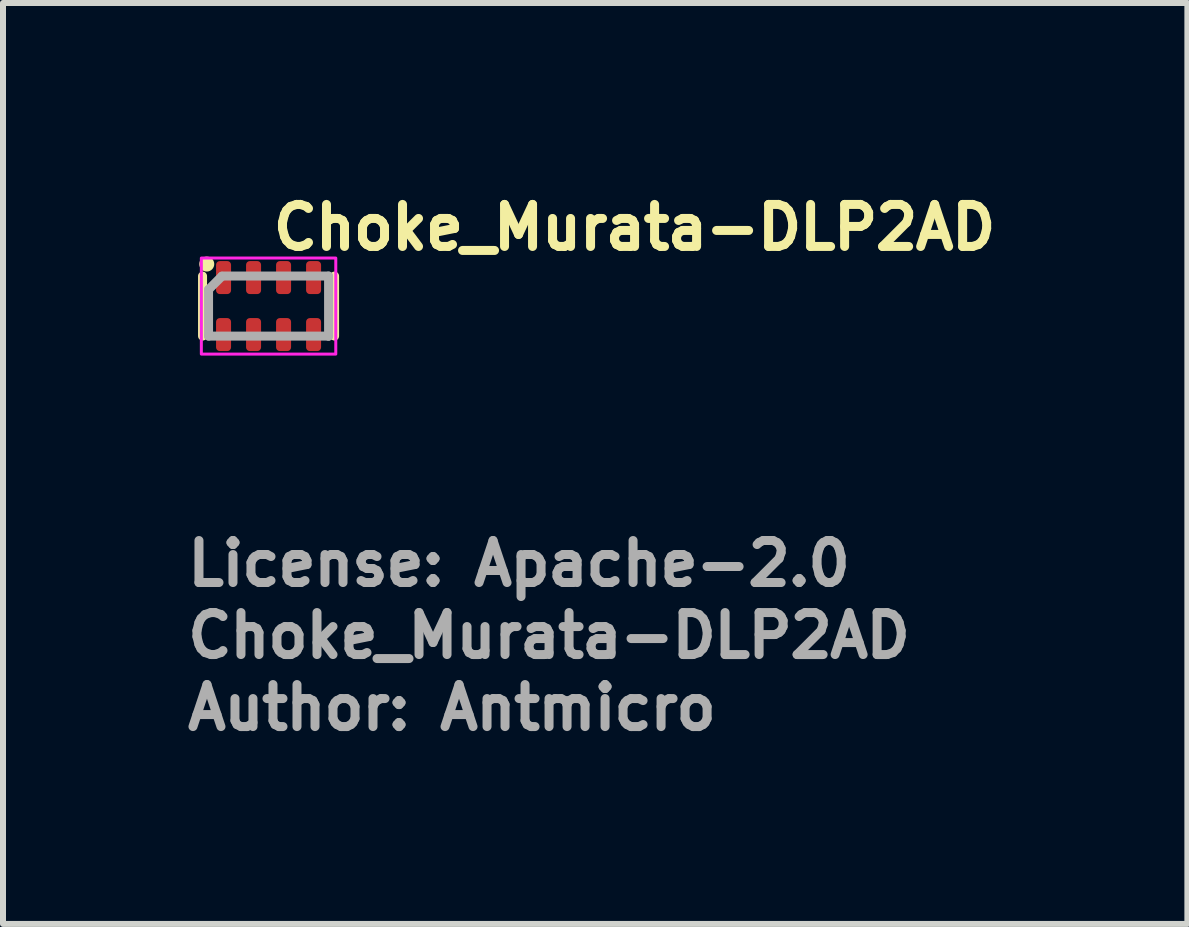
<source format=kicad_pcb>
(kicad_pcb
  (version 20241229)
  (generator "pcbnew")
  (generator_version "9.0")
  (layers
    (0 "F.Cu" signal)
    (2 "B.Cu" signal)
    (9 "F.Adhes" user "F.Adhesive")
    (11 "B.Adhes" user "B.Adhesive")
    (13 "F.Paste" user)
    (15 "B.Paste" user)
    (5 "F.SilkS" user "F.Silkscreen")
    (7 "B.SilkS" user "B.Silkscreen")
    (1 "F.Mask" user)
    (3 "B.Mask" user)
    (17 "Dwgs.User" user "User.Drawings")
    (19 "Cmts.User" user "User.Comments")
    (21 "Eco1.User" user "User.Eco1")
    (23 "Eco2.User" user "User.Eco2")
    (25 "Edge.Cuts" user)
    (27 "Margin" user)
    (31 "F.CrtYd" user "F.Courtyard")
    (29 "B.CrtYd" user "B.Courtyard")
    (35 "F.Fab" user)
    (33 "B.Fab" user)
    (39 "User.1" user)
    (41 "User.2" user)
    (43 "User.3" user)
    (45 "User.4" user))
  (footprint "Choke_Murata-DLP2AD"
    (layer "F.Cu")
    (at 1.425 2.05)
    (property "Reference" "Choke_Murata-DLP2AD" (at 0 -0.9 0) (layer "F.SilkS") (effects (font (size 0.7 0.7) (thickness 0.15)) (justify left bottom)))
    (attr smd)
    (fp_line (start -1.1 -0.5) (end -1.1 0.5) (stroke (width 0.15) (type solid)) (layer "F.SilkS"))
    (fp_line (start 1.1 0.5) (end 1.1 -0.5) (stroke (width 0.15) (type solid)) (layer "F.SilkS"))
    (fp_circle (center -1.03 -0.7) (end -0.98 -0.7) (stroke (width 0.15) (type solid)) (fill yes) (layer "F.SilkS"))
    (fp_rect (start -1.12 -0.8) (end 1.12 0.8) (stroke (width 0.05) (type solid)) (fill no) (layer "F.CrtYd"))
    (fp_line (start -1 -0.275) (end -1 0.5) (stroke (width 0.15) (type default)) (layer "F.Fab"))
    (fp_line (start -1 -0.275) (end -0.778 -0.497) (stroke (width 0.15) (type default)) (layer "F.Fab"))
    (fp_line (start -1 0.5) (end 1 0.5) (stroke (width 0.15) (type default)) (layer "F.Fab"))
    (fp_line (start -0.775 -0.5) (end 1 -0.5) (stroke (width 0.15) (type default)) (layer "F.Fab"))
    (fp_line (start 1 -0.5) (end 1 0.5) (stroke (width 0.15) (type default)) (layer "F.Fab"))
    (fp_line (start 1 0.5) (end 1 0.5) (stroke (width 0.15) (type default)) (layer "F.Fab"))
    (fp_rect (start -1 -0.5) (end 1 0.5) (stroke (width 0.1) (type solid)) (fill no) (layer "User.5"))
    (fp_line (start -1 -0.45) (end -1 -0.45) (stroke (width 0.02) (type solid)) (layer "User.9"))
    (fp_line (start -1 0.45) (end -1 -0.45) (stroke (width 0.02) (type solid)) (layer "User.9"))
    (fp_line (start -1 0.45) (end -1 0.45) (stroke (width 0.02) (type solid)) (layer "User.9"))
    (fp_line (start -0.999 -0.45) (end -1 -0.45) (stroke (width 0.02) (type solid)) (layer "User.9"))
    (fp_line (start -0.999 0.45) (end -1 0.45) (stroke (width 0.02) (type solid)) (layer "User.9"))
    (fp_line (start -0.997 -0.45) (end -0.999 -0.45) (stroke (width 0.02) (type solid)) (layer "User.9"))
    (fp_line (start -0.997 0.45) (end -0.999 0.45) (stroke (width 0.02) (type solid)) (layer "User.9"))
    (fp_line (start -0.996 -0.469) (end -1 -0.45) (stroke (width 0.02) (type solid)) (layer "User.9"))
    (fp_line (start -0.996 0.469) (end -1 0.45) (stroke (width 0.02) (type solid)) (layer "User.9"))
    (fp_line (start -0.995 -0.45) (end -0.997 -0.45) (stroke (width 0.02) (type solid)) (layer "User.9"))
    (fp_line (start -0.995 0.45) (end -0.997 0.45) (stroke (width 0.02) (type solid)) (layer "User.9"))
    (fp_line (start -0.992 -0.45) (end -0.995 -0.45) (stroke (width 0.02) (type solid)) (layer "User.9"))
    (fp_line (start -0.992 0.45) (end -0.995 0.45) (stroke (width 0.02) (type solid)) (layer "User.9"))
    (fp_line (start -0.989 -0.45) (end -0.992 -0.45) (stroke (width 0.02) (type solid)) (layer "User.9"))
    (fp_line (start -0.989 0.45) (end -0.992 0.45) (stroke (width 0.02) (type solid)) (layer "User.9"))
    (fp_line (start -0.985 -0.485) (end -0.996 -0.469) (stroke (width 0.02) (type solid)) (layer "User.9"))
    (fp_line (start -0.985 -0.45) (end -0.989 -0.45) (stroke (width 0.02) (type solid)) (layer "User.9"))
    (fp_line (start -0.985 0.45) (end -0.989 0.45) (stroke (width 0.02) (type solid)) (layer "User.9"))
    (fp_line (start -0.985 0.485) (end -0.996 0.469) (stroke (width 0.02) (type solid)) (layer "User.9"))
    (fp_line (start -0.981 -0.45) (end -0.985 -0.45) (stroke (width 0.02) (type solid)) (layer "User.9"))
    (fp_line (start -0.981 0.45) (end -0.985 0.45) (stroke (width 0.02) (type solid)) (layer "User.9"))
    (fp_line (start -0.977 -0.45) (end -0.981 -0.45) (stroke (width 0.02) (type solid)) (layer "User.9"))
    (fp_line (start -0.977 0.45) (end -0.981 0.45) (stroke (width 0.02) (type solid)) (layer "User.9"))
    (fp_line (start -0.972 -0.45) (end -0.977 -0.45) (stroke (width 0.02) (type solid)) (layer "User.9"))
    (fp_line (start -0.972 0.45) (end -0.977 0.45) (stroke (width 0.02) (type solid)) (layer "User.9"))
    (fp_line (start -0.969 -0.496) (end -0.985 -0.485) (stroke (width 0.02) (type solid)) (layer "User.9"))
    (fp_line (start -0.969 0.496) (end -0.985 0.485) (stroke (width 0.02) (type solid)) (layer "User.9"))
    (fp_line (start -0.967 -0.45) (end -0.972 -0.45) (stroke (width 0.02) (type solid)) (layer "User.9"))
    (fp_line (start -0.967 0.45) (end -0.972 0.45) (stroke (width 0.02) (type solid)) (layer "User.9"))
    (fp_line (start -0.961 -0.45) (end -0.967 -0.45) (stroke (width 0.02) (type solid)) (layer "User.9"))
    (fp_line (start -0.961 0.45) (end -0.967 0.45) (stroke (width 0.02) (type solid)) (layer "User.9"))
    (fp_line (start -0.956 -0.45) (end -0.961 -0.45) (stroke (width 0.02) (type solid)) (layer "User.9"))
    (fp_line (start -0.956 0.45) (end -0.961 0.45) (stroke (width 0.02) (type solid)) (layer "User.9"))
    (fp_line (start -0.95 -0.5) (end -0.969 -0.496) (stroke (width 0.02) (type solid)) (layer "User.9"))
    (fp_line (start -0.95 -0.5) (end -0.95 -0.5) (stroke (width 0.02) (type solid)) (layer "User.9"))
    (fp_line (start -0.95 -0.5) (end -0.875 -0.5) (stroke (width 0.02) (type solid)) (layer "User.9"))
    (fp_line (start -0.95 -0.499) (end -0.95 -0.5) (stroke (width 0.02) (type solid)) (layer "User.9"))
    (fp_line (start -0.95 -0.497) (end -0.95 -0.499) (stroke (width 0.02) (type solid)) (layer "User.9"))
    (fp_line (start -0.95 -0.495) (end -0.95 -0.497) (stroke (width 0.02) (type solid)) (layer "User.9"))
    (fp_line (start -0.95 -0.492) (end -0.95 -0.495) (stroke (width 0.02) (type solid)) (layer "User.9"))
    (fp_line (start -0.95 -0.489) (end -0.95 -0.492) (stroke (width 0.02) (type solid)) (layer "User.9"))
    (fp_line (start -0.95 -0.485) (end -0.95 -0.489) (stroke (width 0.02) (type solid)) (layer "User.9"))
    (fp_line (start -0.95 -0.481) (end -0.95 -0.485) (stroke (width 0.02) (type solid)) (layer "User.9"))
    (fp_line (start -0.95 -0.477) (end -0.95 -0.481) (stroke (width 0.02) (type solid)) (layer "User.9"))
    (fp_line (start -0.95 -0.472) (end -0.95 -0.477) (stroke (width 0.02) (type solid)) (layer "User.9"))
    (fp_line (start -0.95 -0.467) (end -0.95 -0.472) (stroke (width 0.02) (type solid)) (layer "User.9"))
    (fp_line (start -0.95 -0.461) (end -0.95 -0.467) (stroke (width 0.02) (type solid)) (layer "User.9"))
    (fp_line (start -0.95 -0.456) (end -0.95 -0.461) (stroke (width 0.02) (type solid)) (layer "User.9"))
    (fp_line (start -0.95 -0.45) (end -0.956 -0.45) (stroke (width 0.02) (type solid)) (layer "User.9"))
    (fp_line (start -0.95 -0.45) (end -0.95 -0.456) (stroke (width 0.02) (type solid)) (layer "User.9"))
    (fp_line (start -0.95 -0.45) (end -0.95 0.45) (stroke (width 0.02) (type solid)) (layer "User.9"))
    (fp_line (start -0.95 0.45) (end -0.956 0.45) (stroke (width 0.02) (type solid)) (layer "User.9"))
    (fp_line (start -0.95 0.45) (end -0.875 0.45) (stroke (width 0.02) (type solid)) (layer "User.9"))
    (fp_line (start -0.95 0.456) (end -0.95 0.45) (stroke (width 0.02) (type solid)) (layer "User.9"))
    (fp_line (start -0.95 0.461) (end -0.95 0.456) (stroke (width 0.02) (type solid)) (layer "User.9"))
    (fp_line (start -0.95 0.467) (end -0.95 0.461) (stroke (width 0.02) (type solid)) (layer "User.9"))
    (fp_line (start -0.95 0.472) (end -0.95 0.467) (stroke (width 0.02) (type solid)) (layer "User.9"))
    (fp_line (start -0.95 0.477) (end -0.95 0.472) (stroke (width 0.02) (type solid)) (layer "User.9"))
    (fp_line (start -0.95 0.481) (end -0.95 0.477) (stroke (width 0.02) (type solid)) (layer "User.9"))
    (fp_line (start -0.95 0.485) (end -0.95 0.481) (stroke (width 0.02) (type solid)) (layer "User.9"))
    (fp_line (start -0.95 0.489) (end -0.95 0.485) (stroke (width 0.02) (type solid)) (layer "User.9"))
    (fp_line (start -0.95 0.492) (end -0.95 0.489) (stroke (width 0.02) (type solid)) (layer "User.9"))
    (fp_line (start -0.95 0.495) (end -0.95 0.492) (stroke (width 0.02) (type solid)) (layer "User.9"))
    (fp_line (start -0.95 0.497) (end -0.95 0.495) (stroke (width 0.02) (type solid)) (layer "User.9"))
    (fp_line (start -0.95 0.499) (end -0.95 0.497) (stroke (width 0.02) (type solid)) (layer "User.9"))
    (fp_line (start -0.95 0.5) (end -0.969 0.496) (stroke (width 0.02) (type solid)) (layer "User.9"))
    (fp_line (start -0.95 0.5) (end -0.95 0.499) (stroke (width 0.02) (type solid)) (layer "User.9"))
    (fp_line (start -0.95 0.5) (end -0.95 0.5) (stroke (width 0.02) (type solid)) (layer "User.9"))
    (fp_line (start -0.95 0.5) (end -0.875 0.5) (stroke (width 0.02) (type solid)) (layer "User.9"))
    (fp_line (start -0.875 -0.5) (end -0.875 -0.5) (stroke (width 0.02) (type solid)) (layer "User.9"))
    (fp_line (start -0.875 -0.5) (end -0.875 -0.5) (stroke (width 0.02) (type solid)) (layer "User.9"))
    (fp_line (start -0.875 -0.5) (end -0.875 -0.499) (stroke (width 0.02) (type solid)) (layer "User.9"))
    (fp_line (start -0.875 -0.5) (end -0.875 -0.499) (stroke (width 0.02) (type solid)) (layer "User.9"))
    (fp_line (start -0.875 -0.5) (end -0.625 -0.5) (stroke (width 0.02) (type solid)) (layer "User.9"))
    (fp_line (start -0.875 -0.499) (end -0.875 -0.497) (stroke (width 0.02) (type solid)) (layer "User.9"))
    (fp_line (start -0.875 -0.499) (end -0.875 -0.497) (stroke (width 0.02) (type solid)) (layer "User.9"))
    (fp_line (start -0.875 -0.497) (end -0.875 -0.495) (stroke (width 0.02) (type solid)) (layer "User.9"))
    (fp_line (start -0.875 -0.497) (end -0.875 -0.495) (stroke (width 0.02) (type solid)) (layer "User.9"))
    (fp_line (start -0.875 -0.495) (end -0.875 -0.492) (stroke (width 0.02) (type solid)) (layer "User.9"))
    (fp_line (start -0.875 -0.495) (end -0.875 -0.492) (stroke (width 0.02) (type solid)) (layer "User.9"))
    (fp_line (start -0.875 -0.492) (end -0.875 -0.489) (stroke (width 0.02) (type solid)) (layer "User.9"))
    (fp_line (start -0.875 -0.492) (end -0.875 -0.489) (stroke (width 0.02) (type solid)) (layer "User.9"))
    (fp_line (start -0.875 -0.489) (end -0.875 -0.485) (stroke (width 0.02) (type solid)) (layer "User.9"))
    (fp_line (start -0.875 -0.489) (end -0.875 -0.485) (stroke (width 0.02) (type solid)) (layer "User.9"))
    (fp_line (start -0.875 -0.485) (end -0.875 -0.481) (stroke (width 0.02) (type solid)) (layer "User.9"))
    (fp_line (start -0.875 -0.485) (end -0.875 -0.481) (stroke (width 0.02) (type solid)) (layer "User.9"))
    (fp_line (start -0.875 -0.481) (end -0.875 -0.477) (stroke (width 0.02) (type solid)) (layer "User.9"))
    (fp_line (start -0.875 -0.481) (end -0.875 -0.477) (stroke (width 0.02) (type solid)) (layer "User.9"))
    (fp_line (start -0.875 -0.477) (end -0.875 -0.472) (stroke (width 0.02) (type solid)) (layer "User.9"))
    (fp_line (start -0.875 -0.477) (end -0.875 -0.472) (stroke (width 0.02) (type solid)) (layer "User.9"))
    (fp_line (start -0.875 -0.472) (end -0.875 -0.467) (stroke (width 0.02) (type solid)) (layer "User.9"))
    (fp_line (start -0.875 -0.472) (end -0.875 -0.467) (stroke (width 0.02) (type solid)) (layer "User.9"))
    (fp_line (start -0.875 -0.467) (end -0.875 -0.461) (stroke (width 0.02) (type solid)) (layer "User.9"))
    (fp_line (start -0.875 -0.467) (end -0.875 -0.461) (stroke (width 0.02) (type solid)) (layer "User.9"))
    (fp_line (start -0.875 -0.461) (end -0.875 -0.456) (stroke (width 0.02) (type solid)) (layer "User.9"))
    (fp_line (start -0.875 -0.461) (end -0.875 -0.456) (stroke (width 0.02) (type solid)) (layer "User.9"))
    (fp_line (start -0.875 -0.456) (end -0.875 -0.45) (stroke (width 0.02) (type solid)) (layer "User.9"))
    (fp_line (start -0.875 -0.456) (end -0.875 -0.45) (stroke (width 0.02) (type solid)) (layer "User.9"))
    (fp_line (start -0.875 -0.45) (end -0.95 -0.45) (stroke (width 0.02) (type solid)) (layer "User.9"))
    (fp_line (start -0.875 -0.45) (end -0.875 -0.25) (stroke (width 0.02) (type solid)) (layer "User.9"))
    (fp_line (start -0.875 -0.45) (end -0.875 -0.25) (stroke (width 0.02) (type solid)) (layer "User.9"))
    (fp_line (start -0.875 -0.25) (end -0.625 -0.25) (stroke (width 0.02) (type solid)) (layer "User.9"))
    (fp_line (start -0.875 -0.25) (end -0.625 -0.25) (stroke (width 0.02) (type solid)) (layer "User.9"))
    (fp_line (start -0.875 0.25) (end -0.875 0.45) (stroke (width 0.02) (type solid)) (layer "User.9"))
    (fp_line (start -0.875 0.25) (end -0.875 0.45) (stroke (width 0.02) (type solid)) (layer "User.9"))
    (fp_line (start -0.875 0.45) (end -0.875 0.456) (stroke (width 0.02) (type solid)) (layer "User.9"))
    (fp_line (start -0.875 0.45) (end -0.875 0.456) (stroke (width 0.02) (type solid)) (layer "User.9"))
    (fp_line (start -0.875 0.45) (end -0.625 0.45) (stroke (width 0.02) (type solid)) (layer "User.9"))
    (fp_line (start -0.875 0.456) (end -0.875 0.461) (stroke (width 0.02) (type solid)) (layer "User.9"))
    (fp_line (start -0.875 0.456) (end -0.875 0.461) (stroke (width 0.02) (type solid)) (layer "User.9"))
    (fp_line (start -0.875 0.461) (end -0.875 0.467) (stroke (width 0.02) (type solid)) (layer "User.9"))
    (fp_line (start -0.875 0.461) (end -0.875 0.467) (stroke (width 0.02) (type solid)) (layer "User.9"))
    (fp_line (start -0.875 0.467) (end -0.875 0.472) (stroke (width 0.02) (type solid)) (layer "User.9"))
    (fp_line (start -0.875 0.467) (end -0.875 0.472) (stroke (width 0.02) (type solid)) (layer "User.9"))
    (fp_line (start -0.875 0.472) (end -0.875 0.477) (stroke (width 0.02) (type solid)) (layer "User.9"))
    (fp_line (start -0.875 0.472) (end -0.875 0.477) (stroke (width 0.02) (type solid)) (layer "User.9"))
    (fp_line (start -0.875 0.477) (end -0.875 0.481) (stroke (width 0.02) (type solid)) (layer "User.9"))
    (fp_line (start -0.875 0.477) (end -0.875 0.481) (stroke (width 0.02) (type solid)) (layer "User.9"))
    (fp_line (start -0.875 0.481) (end -0.875 0.485) (stroke (width 0.02) (type solid)) (layer "User.9"))
    (fp_line (start -0.875 0.481) (end -0.875 0.485) (stroke (width 0.02) (type solid)) (layer "User.9"))
    (fp_line (start -0.875 0.485) (end -0.875 0.489) (stroke (width 0.02) (type solid)) (layer "User.9"))
    (fp_line (start -0.875 0.485) (end -0.875 0.489) (stroke (width 0.02) (type solid)) (layer "User.9"))
    (fp_line (start -0.875 0.489) (end -0.875 0.492) (stroke (width 0.02) (type solid)) (layer "User.9"))
    (fp_line (start -0.875 0.489) (end -0.875 0.492) (stroke (width 0.02) (type solid)) (layer "User.9"))
    (fp_line (start -0.875 0.492) (end -0.875 0.495) (stroke (width 0.02) (type solid)) (layer "User.9"))
    (fp_line (start -0.875 0.492) (end -0.875 0.495) (stroke (width 0.02) (type solid)) (layer "User.9"))
    (fp_line (start -0.875 0.495) (end -0.875 0.497) (stroke (width 0.02) (type solid)) (layer "User.9"))
    (fp_line (start -0.875 0.495) (end -0.875 0.497) (stroke (width 0.02) (type solid)) (layer "User.9"))
    (fp_line (start -0.875 0.497) (end -0.875 0.499) (stroke (width 0.02) (type solid)) (layer "User.9"))
    (fp_line (start -0.875 0.497) (end -0.875 0.499) (stroke (width 0.02) (type solid)) (layer "User.9"))
    (fp_line (start -0.875 0.499) (end -0.875 0.5) (stroke (width 0.02) (type solid)) (layer "User.9"))
    (fp_line (start -0.875 0.499) (end -0.875 0.5) (stroke (width 0.02) (type solid)) (layer "User.9"))
    (fp_line (start -0.875 0.5) (end -0.95 0.5) (stroke (width 0.02) (type solid)) (layer "User.9"))
    (fp_line (start -0.875 0.5) (end -0.875 0.5) (stroke (width 0.02) (type solid)) (layer "User.9"))
    (fp_line (start -0.875 0.5) (end -0.875 0.5) (stroke (width 0.02) (type solid)) (layer "User.9"))
    (fp_line (start -0.875 0.5) (end -0.625 0.5) (stroke (width 0.02) (type solid)) (layer "User.9"))
    (fp_line (start -0.625 -0.5) (end -0.625 -0.5) (stroke (width 0.02) (type solid)) (layer "User.9"))
    (fp_line (start -0.625 -0.5) (end -0.625 -0.5) (stroke (width 0.02) (type solid)) (layer "User.9"))
    (fp_line (start -0.625 -0.5) (end -0.375 -0.5) (stroke (width 0.02) (type solid)) (layer "User.9"))
    (fp_line (start -0.625 -0.499) (end -0.625 -0.5) (stroke (width 0.02) (type solid)) (layer "User.9"))
    (fp_line (start -0.625 -0.499) (end -0.625 -0.5) (stroke (width 0.02) (type solid)) (layer "User.9"))
    (fp_line (start -0.625 -0.497) (end -0.625 -0.499) (stroke (width 0.02) (type solid)) (layer "User.9"))
    (fp_line (start -0.625 -0.497) (end -0.625 -0.499) (stroke (width 0.02) (type solid)) (layer "User.9"))
    (fp_line (start -0.625 -0.495) (end -0.625 -0.497) (stroke (width 0.02) (type solid)) (layer "User.9"))
    (fp_line (start -0.625 -0.495) (end -0.625 -0.497) (stroke (width 0.02) (type solid)) (layer "User.9"))
    (fp_line (start -0.625 -0.492) (end -0.625 -0.495) (stroke (width 0.02) (type solid)) (layer "User.9"))
    (fp_line (start -0.625 -0.492) (end -0.625 -0.495) (stroke (width 0.02) (type solid)) (layer "User.9"))
    (fp_line (start -0.625 -0.489) (end -0.625 -0.492) (stroke (width 0.02) (type solid)) (layer "User.9"))
    (fp_line (start -0.625 -0.489) (end -0.625 -0.492) (stroke (width 0.02) (type solid)) (layer "User.9"))
    (fp_line (start -0.625 -0.485) (end -0.625 -0.489) (stroke (width 0.02) (type solid)) (layer "User.9"))
    (fp_line (start -0.625 -0.485) (end -0.625 -0.489) (stroke (width 0.02) (type solid)) (layer "User.9"))
    (fp_line (start -0.625 -0.481) (end -0.625 -0.485) (stroke (width 0.02) (type solid)) (layer "User.9"))
    (fp_line (start -0.625 -0.481) (end -0.625 -0.485) (stroke (width 0.02) (type solid)) (layer "User.9"))
    (fp_line (start -0.625 -0.477) (end -0.625 -0.481) (stroke (width 0.02) (type solid)) (layer "User.9"))
    (fp_line (start -0.625 -0.477) (end -0.625 -0.481) (stroke (width 0.02) (type solid)) (layer "User.9"))
    (fp_line (start -0.625 -0.472) (end -0.625 -0.477) (stroke (width 0.02) (type solid)) (layer "User.9"))
    (fp_line (start -0.625 -0.472) (end -0.625 -0.477) (stroke (width 0.02) (type solid)) (layer "User.9"))
    (fp_line (start -0.625 -0.467) (end -0.625 -0.472) (stroke (width 0.02) (type solid)) (layer "User.9"))
    (fp_line (start -0.625 -0.467) (end -0.625 -0.472) (stroke (width 0.02) (type solid)) (layer "User.9"))
    (fp_line (start -0.625 -0.461) (end -0.625 -0.467) (stroke (width 0.02) (type solid)) (layer "User.9"))
    (fp_line (start -0.625 -0.461) (end -0.625 -0.467) (stroke (width 0.02) (type solid)) (layer "User.9"))
    (fp_line (start -0.625 -0.456) (end -0.625 -0.461) (stroke (width 0.02) (type solid)) (layer "User.9"))
    (fp_line (start -0.625 -0.456) (end -0.625 -0.461) (stroke (width 0.02) (type solid)) (layer "User.9"))
    (fp_line (start -0.625 -0.45) (end -0.875 -0.45) (stroke (width 0.02) (type solid)) (layer "User.9"))
    (fp_line (start -0.625 -0.45) (end -0.625 -0.456) (stroke (width 0.02) (type solid)) (layer "User.9"))
    (fp_line (start -0.625 -0.45) (end -0.625 -0.456) (stroke (width 0.02) (type solid)) (layer "User.9"))
    (fp_line (start -0.625 -0.25) (end -0.625 -0.45) (stroke (width 0.02) (type solid)) (layer "User.9"))
    (fp_line (start -0.625 -0.25) (end -0.625 -0.45) (stroke (width 0.02) (type solid)) (layer "User.9"))
    (fp_line (start -0.625 0.25) (end -0.875 0.25) (stroke (width 0.02) (type solid)) (layer "User.9"))
    (fp_line (start -0.625 0.25) (end -0.875 0.25) (stroke (width 0.02) (type solid)) (layer "User.9"))
    (fp_line (start -0.625 0.45) (end -0.625 0.25) (stroke (width 0.02) (type solid)) (layer "User.9"))
    (fp_line (start -0.625 0.45) (end -0.625 0.25) (stroke (width 0.02) (type solid)) (layer "User.9"))
    (fp_line (start -0.625 0.45) (end -0.375 0.45) (stroke (width 0.02) (type solid)) (layer "User.9"))
    (fp_line (start -0.625 0.456) (end -0.625 0.45) (stroke (width 0.02) (type solid)) (layer "User.9"))
    (fp_line (start -0.625 0.456) (end -0.625 0.45) (stroke (width 0.02) (type solid)) (layer "User.9"))
    (fp_line (start -0.625 0.461) (end -0.625 0.456) (stroke (width 0.02) (type solid)) (layer "User.9"))
    (fp_line (start -0.625 0.461) (end -0.625 0.456) (stroke (width 0.02) (type solid)) (layer "User.9"))
    (fp_line (start -0.625 0.467) (end -0.625 0.461) (stroke (width 0.02) (type solid)) (layer "User.9"))
    (fp_line (start -0.625 0.467) (end -0.625 0.461) (stroke (width 0.02) (type solid)) (layer "User.9"))
    (fp_line (start -0.625 0.472) (end -0.625 0.467) (stroke (width 0.02) (type solid)) (layer "User.9"))
    (fp_line (start -0.625 0.472) (end -0.625 0.467) (stroke (width 0.02) (type solid)) (layer "User.9"))
    (fp_line (start -0.625 0.477) (end -0.625 0.472) (stroke (width 0.02) (type solid)) (layer "User.9"))
    (fp_line (start -0.625 0.477) (end -0.625 0.472) (stroke (width 0.02) (type solid)) (layer "User.9"))
    (fp_line (start -0.625 0.481) (end -0.625 0.477) (stroke (width 0.02) (type solid)) (layer "User.9"))
    (fp_line (start -0.625 0.481) (end -0.625 0.477) (stroke (width 0.02) (type solid)) (layer "User.9"))
    (fp_line (start -0.625 0.485) (end -0.625 0.481) (stroke (width 0.02) (type solid)) (layer "User.9"))
    (fp_line (start -0.625 0.485) (end -0.625 0.481) (stroke (width 0.02) (type solid)) (layer "User.9"))
    (fp_line (start -0.625 0.489) (end -0.625 0.485) (stroke (width 0.02) (type solid)) (layer "User.9"))
    (fp_line (start -0.625 0.489) (end -0.625 0.485) (stroke (width 0.02) (type solid)) (layer "User.9"))
    (fp_line (start -0.625 0.492) (end -0.625 0.489) (stroke (width 0.02) (type solid)) (layer "User.9"))
    (fp_line (start -0.625 0.492) (end -0.625 0.489) (stroke (width 0.02) (type solid)) (layer "User.9"))
    (fp_line (start -0.625 0.495) (end -0.625 0.492) (stroke (width 0.02) (type solid)) (layer "User.9"))
    (fp_line (start -0.625 0.495) (end -0.625 0.492) (stroke (width 0.02) (type solid)) (layer "User.9"))
    (fp_line (start -0.625 0.497) (end -0.625 0.495) (stroke (width 0.02) (type solid)) (layer "User.9"))
    (fp_line (start -0.625 0.497) (end -0.625 0.495) (stroke (width 0.02) (type solid)) (layer "User.9"))
    (fp_line (start -0.625 0.499) (end -0.625 0.497) (stroke (width 0.02) (type solid)) (layer "User.9"))
    (fp_line (start -0.625 0.499) (end -0.625 0.497) (stroke (width 0.02) (type solid)) (layer "User.9"))
    (fp_line (start -0.625 0.5) (end -0.875 0.5) (stroke (width 0.02) (type solid)) (layer "User.9"))
    (fp_line (start -0.625 0.5) (end -0.625 0.499) (stroke (width 0.02) (type solid)) (layer "User.9"))
    (fp_line (start -0.625 0.5) (end -0.625 0.499) (stroke (width 0.02) (type solid)) (layer "User.9"))
    (fp_line (start -0.625 0.5) (end -0.625 0.5) (stroke (width 0.02) (type solid)) (layer "User.9"))
    (fp_line (start -0.625 0.5) (end -0.625 0.5) (stroke (width 0.02) (type solid)) (layer "User.9"))
    (fp_line (start -0.625 0.5) (end -0.375 0.5) (stroke (width 0.02) (type solid)) (layer "User.9"))
    (fp_line (start -0.375 -0.5) (end -0.375 -0.5) (stroke (width 0.02) (type solid)) (layer "User.9"))
    (fp_line (start -0.375 -0.5) (end -0.375 -0.5) (stroke (width 0.02) (type solid)) (layer "User.9"))
    (fp_line (start -0.375 -0.5) (end -0.375 -0.499) (stroke (width 0.02) (type solid)) (layer "User.9"))
    (fp_line (start -0.375 -0.5) (end -0.375 -0.499) (stroke (width 0.02) (type solid)) (layer "User.9"))
    (fp_line (start -0.375 -0.5) (end -0.125 -0.5) (stroke (width 0.02) (type solid)) (layer "User.9"))
    (fp_line (start -0.375 -0.499) (end -0.375 -0.497) (stroke (width 0.02) (type solid)) (layer "User.9"))
    (fp_line (start -0.375 -0.499) (end -0.375 -0.497) (stroke (width 0.02) (type solid)) (layer "User.9"))
    (fp_line (start -0.375 -0.497) (end -0.375 -0.495) (stroke (width 0.02) (type solid)) (layer "User.9"))
    (fp_line (start -0.375 -0.497) (end -0.375 -0.495) (stroke (width 0.02) (type solid)) (layer "User.9"))
    (fp_line (start -0.375 -0.495) (end -0.375 -0.492) (stroke (width 0.02) (type solid)) (layer "User.9"))
    (fp_line (start -0.375 -0.495) (end -0.375 -0.492) (stroke (width 0.02) (type solid)) (layer "User.9"))
    (fp_line (start -0.375 -0.492) (end -0.375 -0.489) (stroke (width 0.02) (type solid)) (layer "User.9"))
    (fp_line (start -0.375 -0.492) (end -0.375 -0.489) (stroke (width 0.02) (type solid)) (layer "User.9"))
    (fp_line (start -0.375 -0.489) (end -0.375 -0.485) (stroke (width 0.02) (type solid)) (layer "User.9"))
    (fp_line (start -0.375 -0.489) (end -0.375 -0.485) (stroke (width 0.02) (type solid)) (layer "User.9"))
    (fp_line (start -0.375 -0.485) (end -0.375 -0.481) (stroke (width 0.02) (type solid)) (layer "User.9"))
    (fp_line (start -0.375 -0.485) (end -0.375 -0.481) (stroke (width 0.02) (type solid)) (layer "User.9"))
    (fp_line (start -0.375 -0.481) (end -0.375 -0.477) (stroke (width 0.02) (type solid)) (layer "User.9"))
    (fp_line (start -0.375 -0.481) (end -0.375 -0.477) (stroke (width 0.02) (type solid)) (layer "User.9"))
    (fp_line (start -0.375 -0.477) (end -0.375 -0.472) (stroke (width 0.02) (type solid)) (layer "User.9"))
    (fp_line (start -0.375 -0.477) (end -0.375 -0.472) (stroke (width 0.02) (type solid)) (layer "User.9"))
    (fp_line (start -0.375 -0.472) (end -0.375 -0.467) (stroke (width 0.02) (type solid)) (layer "User.9"))
    (fp_line (start -0.375 -0.472) (end -0.375 -0.467) (stroke (width 0.02) (type solid)) (layer "User.9"))
    (fp_line (start -0.375 -0.467) (end -0.375 -0.461) (stroke (width 0.02) (type solid)) (layer "User.9"))
    (fp_line (start -0.375 -0.467) (end -0.375 -0.461) (stroke (width 0.02) (type solid)) (layer "User.9"))
    (fp_line (start -0.375 -0.461) (end -0.375 -0.456) (stroke (width 0.02) (type solid)) (layer "User.9"))
    (fp_line (start -0.375 -0.461) (end -0.375 -0.456) (stroke (width 0.02) (type solid)) (layer "User.9"))
    (fp_line (start -0.375 -0.456) (end -0.375 -0.45) (stroke (width 0.02) (type solid)) (layer "User.9"))
    (fp_line (start -0.375 -0.456) (end -0.375 -0.45) (stroke (width 0.02) (type solid)) (layer "User.9"))
    (fp_line (start -0.375 -0.45) (end -0.625 -0.45) (stroke (width 0.02) (type solid)) (layer "User.9"))
    (fp_line (start -0.375 -0.45) (end -0.375 -0.25) (stroke (width 0.02) (type solid)) (layer "User.9"))
    (fp_line (start -0.375 -0.45) (end -0.375 -0.25) (stroke (width 0.02) (type solid)) (layer "User.9"))
    (fp_line (start -0.375 -0.25) (end -0.125 -0.25) (stroke (width 0.02) (type solid)) (layer "User.9"))
    (fp_line (start -0.375 -0.25) (end -0.125 -0.25) (stroke (width 0.02) (type solid)) (layer "User.9"))
    (fp_line (start -0.375 0.25) (end -0.375 0.45) (stroke (width 0.02) (type solid)) (layer "User.9"))
    (fp_line (start -0.375 0.25) (end -0.375 0.45) (stroke (width 0.02) (type solid)) (layer "User.9"))
    (fp_line (start -0.375 0.45) (end -0.375 0.456) (stroke (width 0.02) (type solid)) (layer "User.9"))
    (fp_line (start -0.375 0.45) (end -0.375 0.456) (stroke (width 0.02) (type solid)) (layer "User.9"))
    (fp_line (start -0.375 0.45) (end -0.125 0.45) (stroke (width 0.02) (type solid)) (layer "User.9"))
    (fp_line (start -0.375 0.456) (end -0.375 0.461) (stroke (width 0.02) (type solid)) (layer "User.9"))
    (fp_line (start -0.375 0.456) (end -0.375 0.461) (stroke (width 0.02) (type solid)) (layer "User.9"))
    (fp_line (start -0.375 0.461) (end -0.375 0.467) (stroke (width 0.02) (type solid)) (layer "User.9"))
    (fp_line (start -0.375 0.461) (end -0.375 0.467) (stroke (width 0.02) (type solid)) (layer "User.9"))
    (fp_line (start -0.375 0.467) (end -0.375 0.472) (stroke (width 0.02) (type solid)) (layer "User.9"))
    (fp_line (start -0.375 0.467) (end -0.375 0.472) (stroke (width 0.02) (type solid)) (layer "User.9"))
    (fp_line (start -0.375 0.472) (end -0.375 0.477) (stroke (width 0.02) (type solid)) (layer "User.9"))
    (fp_line (start -0.375 0.472) (end -0.375 0.477) (stroke (width 0.02) (type solid)) (layer "User.9"))
    (fp_line (start -0.375 0.477) (end -0.375 0.481) (stroke (width 0.02) (type solid)) (layer "User.9"))
    (fp_line (start -0.375 0.477) (end -0.375 0.481) (stroke (width 0.02) (type solid)) (layer "User.9"))
    (fp_line (start -0.375 0.481) (end -0.375 0.485) (stroke (width 0.02) (type solid)) (layer "User.9"))
    (fp_line (start -0.375 0.481) (end -0.375 0.485) (stroke (width 0.02) (type solid)) (layer "User.9"))
    (fp_line (start -0.375 0.485) (end -0.375 0.489) (stroke (width 0.02) (type solid)) (layer "User.9"))
    (fp_line (start -0.375 0.485) (end -0.375 0.489) (stroke (width 0.02) (type solid)) (layer "User.9"))
    (fp_line (start -0.375 0.489) (end -0.375 0.492) (stroke (width 0.02) (type solid)) (layer "User.9"))
    (fp_line (start -0.375 0.489) (end -0.375 0.492) (stroke (width 0.02) (type solid)) (layer "User.9"))
    (fp_line (start -0.375 0.492) (end -0.375 0.495) (stroke (width 0.02) (type solid)) (layer "User.9"))
    (fp_line (start -0.375 0.492) (end -0.375 0.495) (stroke (width 0.02) (type solid)) (layer "User.9"))
    (fp_line (start -0.375 0.495) (end -0.375 0.497) (stroke (width 0.02) (type solid)) (layer "User.9"))
    (fp_line (start -0.375 0.495) (end -0.375 0.497) (stroke (width 0.02) (type solid)) (layer "User.9"))
    (fp_line (start -0.375 0.497) (end -0.375 0.499) (stroke (width 0.02) (type solid)) (layer "User.9"))
    (fp_line (start -0.375 0.497) (end -0.375 0.499) (stroke (width 0.02) (type solid)) (layer "User.9"))
    (fp_line (start -0.375 0.499) (end -0.375 0.5) (stroke (width 0.02) (type solid)) (layer "User.9"))
    (fp_line (start -0.375 0.499) (end -0.375 0.5) (stroke (width 0.02) (type solid)) (layer "User.9"))
    (fp_line (start -0.375 0.5) (end -0.625 0.5) (stroke (width 0.02) (type solid)) (layer "User.9"))
    (fp_line (start -0.375 0.5) (end -0.375 0.5) (stroke (width 0.02) (type solid)) (layer "User.9"))
    (fp_line (start -0.375 0.5) (end -0.375 0.5) (stroke (width 0.02) (type solid)) (layer "User.9"))
    (fp_line (start -0.375 0.5) (end -0.125 0.5) (stroke (width 0.02) (type solid)) (layer "User.9"))
    (fp_line (start -0.125 -0.5) (end -0.125 -0.5) (stroke (width 0.02) (type solid)) (layer "User.9"))
    (fp_line (start -0.125 -0.5) (end -0.125 -0.5) (stroke (width 0.02) (type solid)) (layer "User.9"))
    (fp_line (start -0.125 -0.5) (end 0.125 -0.5) (stroke (width 0.02) (type solid)) (layer "User.9"))
    (fp_line (start -0.125 -0.499) (end -0.125 -0.5) (stroke (width 0.02) (type solid)) (layer "User.9"))
    (fp_line (start -0.125 -0.499) (end -0.125 -0.5) (stroke (width 0.02) (type solid)) (layer "User.9"))
    (fp_line (start -0.125 -0.497) (end -0.125 -0.499) (stroke (width 0.02) (type solid)) (layer "User.9"))
    (fp_line (start -0.125 -0.497) (end -0.125 -0.499) (stroke (width 0.02) (type solid)) (layer "User.9"))
    (fp_line (start -0.125 -0.495) (end -0.125 -0.497) (stroke (width 0.02) (type solid)) (layer "User.9"))
    (fp_line (start -0.125 -0.495) (end -0.125 -0.497) (stroke (width 0.02) (type solid)) (layer "User.9"))
    (fp_line (start -0.125 -0.492) (end -0.125 -0.495) (stroke (width 0.02) (type solid)) (layer "User.9"))
    (fp_line (start -0.125 -0.492) (end -0.125 -0.495) (stroke (width 0.02) (type solid)) (layer "User.9"))
    (fp_line (start -0.125 -0.489) (end -0.125 -0.492) (stroke (width 0.02) (type solid)) (layer "User.9"))
    (fp_line (start -0.125 -0.489) (end -0.125 -0.492) (stroke (width 0.02) (type solid)) (layer "User.9"))
    (fp_line (start -0.125 -0.485) (end -0.125 -0.489) (stroke (width 0.02) (type solid)) (layer "User.9"))
    (fp_line (start -0.125 -0.485) (end -0.125 -0.489) (stroke (width 0.02) (type solid)) (layer "User.9"))
    (fp_line (start -0.125 -0.481) (end -0.125 -0.485) (stroke (width 0.02) (type solid)) (layer "User.9"))
    (fp_line (start -0.125 -0.481) (end -0.125 -0.485) (stroke (width 0.02) (type solid)) (layer "User.9"))
    (fp_line (start -0.125 -0.477) (end -0.125 -0.481) (stroke (width 0.02) (type solid)) (layer "User.9"))
    (fp_line (start -0.125 -0.477) (end -0.125 -0.481) (stroke (width 0.02) (type solid)) (layer "User.9"))
    (fp_line (start -0.125 -0.472) (end -0.125 -0.477) (stroke (width 0.02) (type solid)) (layer "User.9"))
    (fp_line (start -0.125 -0.472) (end -0.125 -0.477) (stroke (width 0.02) (type solid)) (layer "User.9"))
    (fp_line (start -0.125 -0.467) (end -0.125 -0.472) (stroke (width 0.02) (type solid)) (layer "User.9"))
    (fp_line (start -0.125 -0.467) (end -0.125 -0.472) (stroke (width 0.02) (type solid)) (layer "User.9"))
    (fp_line (start -0.125 -0.461) (end -0.125 -0.467) (stroke (width 0.02) (type solid)) (layer "User.9"))
    (fp_line (start -0.125 -0.461) (end -0.125 -0.467) (stroke (width 0.02) (type solid)) (layer "User.9"))
    (fp_line (start -0.125 -0.456) (end -0.125 -0.461) (stroke (width 0.02) (type solid)) (layer "User.9"))
    (fp_line (start -0.125 -0.456) (end -0.125 -0.461) (stroke (width 0.02) (type solid)) (layer "User.9"))
    (fp_line (start -0.125 -0.45) (end -0.375 -0.45) (stroke (width 0.02) (type solid)) (layer "User.9"))
    (fp_line (start -0.125 -0.45) (end -0.125 -0.456) (stroke (width 0.02) (type solid)) (layer "User.9"))
    (fp_line (start -0.125 -0.45) (end -0.125 -0.456) (stroke (width 0.02) (type solid)) (layer "User.9"))
    (fp_line (start -0.125 -0.25) (end -0.125 -0.45) (stroke (width 0.02) (type solid)) (layer "User.9"))
    (fp_line (start -0.125 -0.25) (end -0.125 -0.45) (stroke (width 0.02) (type solid)) (layer "User.9"))
    (fp_line (start -0.125 0.25) (end -0.375 0.25) (stroke (width 0.02) (type solid)) (layer "User.9"))
    (fp_line (start -0.125 0.25) (end -0.375 0.25) (stroke (width 0.02) (type solid)) (layer "User.9"))
    (fp_line (start -0.125 0.45) (end -0.125 0.25) (stroke (width 0.02) (type solid)) (layer "User.9"))
    (fp_line (start -0.125 0.45) (end -0.125 0.25) (stroke (width 0.02) (type solid)) (layer "User.9"))
    (fp_line (start -0.125 0.45) (end 0.125 0.45) (stroke (width 0.02) (type solid)) (layer "User.9"))
    (fp_line (start -0.125 0.456) (end -0.125 0.45) (stroke (width 0.02) (type solid)) (layer "User.9"))
    (fp_line (start -0.125 0.456) (end -0.125 0.45) (stroke (width 0.02) (type solid)) (layer "User.9"))
    (fp_line (start -0.125 0.461) (end -0.125 0.456) (stroke (width 0.02) (type solid)) (layer "User.9"))
    (fp_line (start -0.125 0.461) (end -0.125 0.456) (stroke (width 0.02) (type solid)) (layer "User.9"))
    (fp_line (start -0.125 0.467) (end -0.125 0.461) (stroke (width 0.02) (type solid)) (layer "User.9"))
    (fp_line (start -0.125 0.467) (end -0.125 0.461) (stroke (width 0.02) (type solid)) (layer "User.9"))
    (fp_line (start -0.125 0.472) (end -0.125 0.467) (stroke (width 0.02) (type solid)) (layer "User.9"))
    (fp_line (start -0.125 0.472) (end -0.125 0.467) (stroke (width 0.02) (type solid)) (layer "User.9"))
    (fp_line (start -0.125 0.477) (end -0.125 0.472) (stroke (width 0.02) (type solid)) (layer "User.9"))
    (fp_line (start -0.125 0.477) (end -0.125 0.472) (stroke (width 0.02) (type solid)) (layer "User.9"))
    (fp_line (start -0.125 0.481) (end -0.125 0.477) (stroke (width 0.02) (type solid)) (layer "User.9"))
    (fp_line (start -0.125 0.481) (end -0.125 0.477) (stroke (width 0.02) (type solid)) (layer "User.9"))
    (fp_line (start -0.125 0.485) (end -0.125 0.481) (stroke (width 0.02) (type solid)) (layer "User.9"))
    (fp_line (start -0.125 0.485) (end -0.125 0.481) (stroke (width 0.02) (type solid)) (layer "User.9"))
    (fp_line (start -0.125 0.489) (end -0.125 0.485) (stroke (width 0.02) (type solid)) (layer "User.9"))
    (fp_line (start -0.125 0.489) (end -0.125 0.485) (stroke (width 0.02) (type solid)) (layer "User.9"))
    (fp_line (start -0.125 0.492) (end -0.125 0.489) (stroke (width 0.02) (type solid)) (layer "User.9"))
    (fp_line (start -0.125 0.492) (end -0.125 0.489) (stroke (width 0.02) (type solid)) (layer "User.9"))
    (fp_line (start -0.125 0.495) (end -0.125 0.492) (stroke (width 0.02) (type solid)) (layer "User.9"))
    (fp_line (start -0.125 0.495) (end -0.125 0.492) (stroke (width 0.02) (type solid)) (layer "User.9"))
    (fp_line (start -0.125 0.497) (end -0.125 0.495) (stroke (width 0.02) (type solid)) (layer "User.9"))
    (fp_line (start -0.125 0.497) (end -0.125 0.495) (stroke (width 0.02) (type solid)) (layer "User.9"))
    (fp_line (start -0.125 0.499) (end -0.125 0.497) (stroke (width 0.02) (type solid)) (layer "User.9"))
    (fp_line (start -0.125 0.499) (end -0.125 0.497) (stroke (width 0.02) (type solid)) (layer "User.9"))
    (fp_line (start -0.125 0.5) (end -0.375 0.5) (stroke (width 0.02) (type solid)) (layer "User.9"))
    (fp_line (start -0.125 0.5) (end -0.125 0.499) (stroke (width 0.02) (type solid)) (layer "User.9"))
    (fp_line (start -0.125 0.5) (end -0.125 0.499) (stroke (width 0.02) (type solid)) (layer "User.9"))
    (fp_line (start -0.125 0.5) (end -0.125 0.5) (stroke (width 0.02) (type solid)) (layer "User.9"))
    (fp_line (start -0.125 0.5) (end -0.125 0.5) (stroke (width 0.02) (type solid)) (layer "User.9"))
    (fp_line (start 0.125 -0.5) (end 0.125 -0.5) (stroke (width 0.02) (type solid)) (layer "User.9"))
    (fp_line (start 0.125 -0.5) (end 0.125 -0.5) (stroke (width 0.02) (type solid)) (layer "User.9"))
    (fp_line (start 0.125 -0.5) (end 0.125 -0.499) (stroke (width 0.02) (type solid)) (layer "User.9"))
    (fp_line (start 0.125 -0.5) (end 0.125 -0.499) (stroke (width 0.02) (type solid)) (layer "User.9"))
    (fp_line (start 0.125 -0.5) (end 0.375 -0.5) (stroke (width 0.02) (type solid)) (layer "User.9"))
    (fp_line (start 0.125 -0.499) (end 0.125 -0.497) (stroke (width 0.02) (type solid)) (layer "User.9"))
    (fp_line (start 0.125 -0.499) (end 0.125 -0.497) (stroke (width 0.02) (type solid)) (layer "User.9"))
    (fp_line (start 0.125 -0.497) (end 0.125 -0.495) (stroke (width 0.02) (type solid)) (layer "User.9"))
    (fp_line (start 0.125 -0.497) (end 0.125 -0.495) (stroke (width 0.02) (type solid)) (layer "User.9"))
    (fp_line (start 0.125 -0.495) (end 0.125 -0.492) (stroke (width 0.02) (type solid)) (layer "User.9"))
    (fp_line (start 0.125 -0.495) (end 0.125 -0.492) (stroke (width 0.02) (type solid)) (layer "User.9"))
    (fp_line (start 0.125 -0.492) (end 0.125 -0.489) (stroke (width 0.02) (type solid)) (layer "User.9"))
    (fp_line (start 0.125 -0.492) (end 0.125 -0.489) (stroke (width 0.02) (type solid)) (layer "User.9"))
    (fp_line (start 0.125 -0.489) (end 0.125 -0.485) (stroke (width 0.02) (type solid)) (layer "User.9"))
    (fp_line (start 0.125 -0.489) (end 0.125 -0.485) (stroke (width 0.02) (type solid)) (layer "User.9"))
    (fp_line (start 0.125 -0.485) (end 0.125 -0.481) (stroke (width 0.02) (type solid)) (layer "User.9"))
    (fp_line (start 0.125 -0.485) (end 0.125 -0.481) (stroke (width 0.02) (type solid)) (layer "User.9"))
    (fp_line (start 0.125 -0.481) (end 0.125 -0.477) (stroke (width 0.02) (type solid)) (layer "User.9"))
    (fp_line (start 0.125 -0.481) (end 0.125 -0.477) (stroke (width 0.02) (type solid)) (layer "User.9"))
    (fp_line (start 0.125 -0.477) (end 0.125 -0.472) (stroke (width 0.02) (type solid)) (layer "User.9"))
    (fp_line (start 0.125 -0.477) (end 0.125 -0.472) (stroke (width 0.02) (type solid)) (layer "User.9"))
    (fp_line (start 0.125 -0.472) (end 0.125 -0.467) (stroke (width 0.02) (type solid)) (layer "User.9"))
    (fp_line (start 0.125 -0.472) (end 0.125 -0.467) (stroke (width 0.02) (type solid)) (layer "User.9"))
    (fp_line (start 0.125 -0.467) (end 0.125 -0.461) (stroke (width 0.02) (type solid)) (layer "User.9"))
    (fp_line (start 0.125 -0.467) (end 0.125 -0.461) (stroke (width 0.02) (type solid)) (layer "User.9"))
    (fp_line (start 0.125 -0.461) (end 0.125 -0.456) (stroke (width 0.02) (type solid)) (layer "User.9"))
    (fp_line (start 0.125 -0.461) (end 0.125 -0.456) (stroke (width 0.02) (type solid)) (layer "User.9"))
    (fp_line (start 0.125 -0.456) (end 0.125 -0.45) (stroke (width 0.02) (type solid)) (layer "User.9"))
    (fp_line (start 0.125 -0.456) (end 0.125 -0.45) (stroke (width 0.02) (type solid)) (layer "User.9"))
    (fp_line (start 0.125 -0.45) (end -0.125 -0.45) (stroke (width 0.02) (type solid)) (layer "User.9"))
    (fp_line (start 0.125 -0.45) (end 0.125 -0.25) (stroke (width 0.02) (type solid)) (layer "User.9"))
    (fp_line (start 0.125 -0.45) (end 0.125 -0.25) (stroke (width 0.02) (type solid)) (layer "User.9"))
    (fp_line (start 0.125 -0.25) (end 0.375 -0.25) (stroke (width 0.02) (type solid)) (layer "User.9"))
    (fp_line (start 0.125 -0.25) (end 0.375 -0.25) (stroke (width 0.02) (type solid)) (layer "User.9"))
    (fp_line (start 0.125 0.25) (end 0.125 0.45) (stroke (width 0.02) (type solid)) (layer "User.9"))
    (fp_line (start 0.125 0.25) (end 0.125 0.45) (stroke (width 0.02) (type solid)) (layer "User.9"))
    (fp_line (start 0.125 0.45) (end 0.125 0.456) (stroke (width 0.02) (type solid)) (layer "User.9"))
    (fp_line (start 0.125 0.45) (end 0.125 0.456) (stroke (width 0.02) (type solid)) (layer "User.9"))
    (fp_line (start 0.125 0.45) (end 0.375 0.45) (stroke (width 0.02) (type solid)) (layer "User.9"))
    (fp_line (start 0.125 0.456) (end 0.125 0.461) (stroke (width 0.02) (type solid)) (layer "User.9"))
    (fp_line (start 0.125 0.456) (end 0.125 0.461) (stroke (width 0.02) (type solid)) (layer "User.9"))
    (fp_line (start 0.125 0.461) (end 0.125 0.467) (stroke (width 0.02) (type solid)) (layer "User.9"))
    (fp_line (start 0.125 0.461) (end 0.125 0.467) (stroke (width 0.02) (type solid)) (layer "User.9"))
    (fp_line (start 0.125 0.467) (end 0.125 0.472) (stroke (width 0.02) (type solid)) (layer "User.9"))
    (fp_line (start 0.125 0.467) (end 0.125 0.472) (stroke (width 0.02) (type solid)) (layer "User.9"))
    (fp_line (start 0.125 0.472) (end 0.125 0.477) (stroke (width 0.02) (type solid)) (layer "User.9"))
    (fp_line (start 0.125 0.472) (end 0.125 0.477) (stroke (width 0.02) (type solid)) (layer "User.9"))
    (fp_line (start 0.125 0.477) (end 0.125 0.481) (stroke (width 0.02) (type solid)) (layer "User.9"))
    (fp_line (start 0.125 0.477) (end 0.125 0.481) (stroke (width 0.02) (type solid)) (layer "User.9"))
    (fp_line (start 0.125 0.481) (end 0.125 0.485) (stroke (width 0.02) (type solid)) (layer "User.9"))
    (fp_line (start 0.125 0.481) (end 0.125 0.485) (stroke (width 0.02) (type solid)) (layer "User.9"))
    (fp_line (start 0.125 0.485) (end 0.125 0.489) (stroke (width 0.02) (type solid)) (layer "User.9"))
    (fp_line (start 0.125 0.485) (end 0.125 0.489) (stroke (width 0.02) (type solid)) (layer "User.9"))
    (fp_line (start 0.125 0.489) (end 0.125 0.492) (stroke (width 0.02) (type solid)) (layer "User.9"))
    (fp_line (start 0.125 0.489) (end 0.125 0.492) (stroke (width 0.02) (type solid)) (layer "User.9"))
    (fp_line (start 0.125 0.492) (end 0.125 0.495) (stroke (width 0.02) (type solid)) (layer "User.9"))
    (fp_line (start 0.125 0.492) (end 0.125 0.495) (stroke (width 0.02) (type solid)) (layer "User.9"))
    (fp_line (start 0.125 0.495) (end 0.125 0.497) (stroke (width 0.02) (type solid)) (layer "User.9"))
    (fp_line (start 0.125 0.495) (end 0.125 0.497) (stroke (width 0.02) (type solid)) (layer "User.9"))
    (fp_line (start 0.125 0.497) (end 0.125 0.499) (stroke (width 0.02) (type solid)) (layer "User.9"))
    (fp_line (start 0.125 0.497) (end 0.125 0.499) (stroke (width 0.02) (type solid)) (layer "User.9"))
    (fp_line (start 0.125 0.499) (end 0.125 0.5) (stroke (width 0.02) (type solid)) (layer "User.9"))
    (fp_line (start 0.125 0.499) (end 0.125 0.5) (stroke (width 0.02) (type solid)) (layer "User.9"))
    (fp_line (start 0.125 0.5) (end -0.125 0.5) (stroke (width 0.02) (type solid)) (layer "User.9"))
    (fp_line (start 0.125 0.5) (end 0.125 0.5) (stroke (width 0.02) (type solid)) (layer "User.9"))
    (fp_line (start 0.125 0.5) (end 0.125 0.5) (stroke (width 0.02) (type solid)) (layer "User.9"))
    (fp_line (start 0.375 -0.5) (end 0.375 -0.5) (stroke (width 0.02) (type solid)) (layer "User.9"))
    (fp_line (start 0.375 -0.5) (end 0.375 -0.5) (stroke (width 0.02) (type solid)) (layer "User.9"))
    (fp_line (start 0.375 -0.5) (end 0.625 -0.5) (stroke (width 0.02) (type solid)) (layer "User.9"))
    (fp_line (start 0.375 -0.499) (end 0.375 -0.5) (stroke (width 0.02) (type solid)) (layer "User.9"))
    (fp_line (start 0.375 -0.499) (end 0.375 -0.5) (stroke (width 0.02) (type solid)) (layer "User.9"))
    (fp_line (start 0.375 -0.497) (end 0.375 -0.499) (stroke (width 0.02) (type solid)) (layer "User.9"))
    (fp_line (start 0.375 -0.497) (end 0.375 -0.499) (stroke (width 0.02) (type solid)) (layer "User.9"))
    (fp_line (start 0.375 -0.495) (end 0.375 -0.497) (stroke (width 0.02) (type solid)) (layer "User.9"))
    (fp_line (start 0.375 -0.495) (end 0.375 -0.497) (stroke (width 0.02) (type solid)) (layer "User.9"))
    (fp_line (start 0.375 -0.492) (end 0.375 -0.495) (stroke (width 0.02) (type solid)) (layer "User.9"))
    (fp_line (start 0.375 -0.492) (end 0.375 -0.495) (stroke (width 0.02) (type solid)) (layer "User.9"))
    (fp_line (start 0.375 -0.489) (end 0.375 -0.492) (stroke (width 0.02) (type solid)) (layer "User.9"))
    (fp_line (start 0.375 -0.489) (end 0.375 -0.492) (stroke (width 0.02) (type solid)) (layer "User.9"))
    (fp_line (start 0.375 -0.485) (end 0.375 -0.489) (stroke (width 0.02) (type solid)) (layer "User.9"))
    (fp_line (start 0.375 -0.485) (end 0.375 -0.489) (stroke (width 0.02) (type solid)) (layer "User.9"))
    (fp_line (start 0.375 -0.481) (end 0.375 -0.485) (stroke (width 0.02) (type solid)) (layer "User.9"))
    (fp_line (start 0.375 -0.481) (end 0.375 -0.485) (stroke (width 0.02) (type solid)) (layer "User.9"))
    (fp_line (start 0.375 -0.477) (end 0.375 -0.481) (stroke (width 0.02) (type solid)) (layer "User.9"))
    (fp_line (start 0.375 -0.477) (end 0.375 -0.481) (stroke (width 0.02) (type solid)) (layer "User.9"))
    (fp_line (start 0.375 -0.472) (end 0.375 -0.477) (stroke (width 0.02) (type solid)) (layer "User.9"))
    (fp_line (start 0.375 -0.472) (end 0.375 -0.477) (stroke (width 0.02) (type solid)) (layer "User.9"))
    (fp_line (start 0.375 -0.467) (end 0.375 -0.472) (stroke (width 0.02) (type solid)) (layer "User.9"))
    (fp_line (start 0.375 -0.467) (end 0.375 -0.472) (stroke (width 0.02) (type solid)) (layer "User.9"))
    (fp_line (start 0.375 -0.461) (end 0.375 -0.467) (stroke (width 0.02) (type solid)) (layer "User.9"))
    (fp_line (start 0.375 -0.461) (end 0.375 -0.467) (stroke (width 0.02) (type solid)) (layer "User.9"))
    (fp_line (start 0.375 -0.456) (end 0.375 -0.461) (stroke (width 0.02) (type solid)) (layer "User.9"))
    (fp_line (start 0.375 -0.456) (end 0.375 -0.461) (stroke (width 0.02) (type solid)) (layer "User.9"))
    (fp_line (start 0.375 -0.45) (end 0.125 -0.45) (stroke (width 0.02) (type solid)) (layer "User.9"))
    (fp_line (start 0.375 -0.45) (end 0.375 -0.456) (stroke (width 0.02) (type solid)) (layer "User.9"))
    (fp_line (start 0.375 -0.45) (end 0.375 -0.456) (stroke (width 0.02) (type solid)) (layer "User.9"))
    (fp_line (start 0.375 -0.25) (end 0.375 -0.45) (stroke (width 0.02) (type solid)) (layer "User.9"))
    (fp_line (start 0.375 -0.25) (end 0.375 -0.45) (stroke (width 0.02) (type solid)) (layer "User.9"))
    (fp_line (start 0.375 0.25) (end 0.125 0.25) (stroke (width 0.02) (type solid)) (layer "User.9"))
    (fp_line (start 0.375 0.25) (end 0.125 0.25) (stroke (width 0.02) (type solid)) (layer "User.9"))
    (fp_line (start 0.375 0.45) (end 0.375 0.25) (stroke (width 0.02) (type solid)) (layer "User.9"))
    (fp_line (start 0.375 0.45) (end 0.375 0.25) (stroke (width 0.02) (type solid)) (layer "User.9"))
    (fp_line (start 0.375 0.45) (end 0.625 0.45) (stroke (width 0.02) (type solid)) (layer "User.9"))
    (fp_line (start 0.375 0.456) (end 0.375 0.45) (stroke (width 0.02) (type solid)) (layer "User.9"))
    (fp_line (start 0.375 0.456) (end 0.375 0.45) (stroke (width 0.02) (type solid)) (layer "User.9"))
    (fp_line (start 0.375 0.461) (end 0.375 0.456) (stroke (width 0.02) (type solid)) (layer "User.9"))
    (fp_line (start 0.375 0.461) (end 0.375 0.456) (stroke (width 0.02) (type solid)) (layer "User.9"))
    (fp_line (start 0.375 0.467) (end 0.375 0.461) (stroke (width 0.02) (type solid)) (layer "User.9"))
    (fp_line (start 0.375 0.467) (end 0.375 0.461) (stroke (width 0.02) (type solid)) (layer "User.9"))
    (fp_line (start 0.375 0.472) (end 0.375 0.467) (stroke (width 0.02) (type solid)) (layer "User.9"))
    (fp_line (start 0.375 0.472) (end 0.375 0.467) (stroke (width 0.02) (type solid)) (layer "User.9"))
    (fp_line (start 0.375 0.477) (end 0.375 0.472) (stroke (width 0.02) (type solid)) (layer "User.9"))
    (fp_line (start 0.375 0.477) (end 0.375 0.472) (stroke (width 0.02) (type solid)) (layer "User.9"))
    (fp_line (start 0.375 0.481) (end 0.375 0.477) (stroke (width 0.02) (type solid)) (layer "User.9"))
    (fp_line (start 0.375 0.481) (end 0.375 0.477) (stroke (width 0.02) (type solid)) (layer "User.9"))
    (fp_line (start 0.375 0.485) (end 0.375 0.481) (stroke (width 0.02) (type solid)) (layer "User.9"))
    (fp_line (start 0.375 0.485) (end 0.375 0.481) (stroke (width 0.02) (type solid)) (layer "User.9"))
    (fp_line (start 0.375 0.489) (end 0.375 0.485) (stroke (width 0.02) (type solid)) (layer "User.9"))
    (fp_line (start 0.375 0.489) (end 0.375 0.485) (stroke (width 0.02) (type solid)) (layer "User.9"))
    (fp_line (start 0.375 0.492) (end 0.375 0.489) (stroke (width 0.02) (type solid)) (layer "User.9"))
    (fp_line (start 0.375 0.492) (end 0.375 0.489) (stroke (width 0.02) (type solid)) (layer "User.9"))
    (fp_line (start 0.375 0.495) (end 0.375 0.492) (stroke (width 0.02) (type solid)) (layer "User.9"))
    (fp_line (start 0.375 0.495) (end 0.375 0.492) (stroke (width 0.02) (type solid)) (layer "User.9"))
    (fp_line (start 0.375 0.497) (end 0.375 0.495) (stroke (width 0.02) (type solid)) (layer "User.9"))
    (fp_line (start 0.375 0.497) (end 0.375 0.495) (stroke (width 0.02) (type solid)) (layer "User.9"))
    (fp_line (start 0.375 0.499) (end 0.375 0.497) (stroke (width 0.02) (type solid)) (layer "User.9"))
    (fp_line (start 0.375 0.499) (end 0.375 0.497) (stroke (width 0.02) (type solid)) (layer "User.9"))
    (fp_line (start 0.375 0.5) (end 0.125 0.5) (stroke (width 0.02) (type solid)) (layer "User.9"))
    (fp_line (start 0.375 0.5) (end 0.375 0.499) (stroke (width 0.02) (type solid)) (layer "User.9"))
    (fp_line (start 0.375 0.5) (end 0.375 0.499) (stroke (width 0.02) (type solid)) (layer "User.9"))
    (fp_line (start 0.375 0.5) (end 0.375 0.5) (stroke (width 0.02) (type solid)) (layer "User.9"))
    (fp_line (start 0.375 0.5) (end 0.375 0.5) (stroke (width 0.02) (type solid)) (layer "User.9"))
    (fp_line (start 0.625 -0.5) (end 0.625 -0.5) (stroke (width 0.02) (type solid)) (layer "User.9"))
    (fp_line (start 0.625 -0.5) (end 0.625 -0.5) (stroke (width 0.02) (type solid)) (layer "User.9"))
    (fp_line (start 0.625 -0.5) (end 0.625 -0.499) (stroke (width 0.02) (type solid)) (layer "User.9"))
    (fp_line (start 0.625 -0.5) (end 0.625 -0.499) (stroke (width 0.02) (type solid)) (layer "User.9"))
    (fp_line (start 0.625 -0.5) (end 0.875 -0.5) (stroke (width 0.02) (type solid)) (layer "User.9"))
    (fp_line (start 0.625 -0.499) (end 0.625 -0.497) (stroke (width 0.02) (type solid)) (layer "User.9"))
    (fp_line (start 0.625 -0.499) (end 0.625 -0.497) (stroke (width 0.02) (type solid)) (layer "User.9"))
    (fp_line (start 0.625 -0.497) (end 0.625 -0.495) (stroke (width 0.02) (type solid)) (layer "User.9"))
    (fp_line (start 0.625 -0.497) (end 0.625 -0.495) (stroke (width 0.02) (type solid)) (layer "User.9"))
    (fp_line (start 0.625 -0.495) (end 0.625 -0.492) (stroke (width 0.02) (type solid)) (layer "User.9"))
    (fp_line (start 0.625 -0.495) (end 0.625 -0.492) (stroke (width 0.02) (type solid)) (layer "User.9"))
    (fp_line (start 0.625 -0.492) (end 0.625 -0.489) (stroke (width 0.02) (type solid)) (layer "User.9"))
    (fp_line (start 0.625 -0.492) (end 0.625 -0.489) (stroke (width 0.02) (type solid)) (layer "User.9"))
    (fp_line (start 0.625 -0.489) (end 0.625 -0.485) (stroke (width 0.02) (type solid)) (layer "User.9"))
    (fp_line (start 0.625 -0.489) (end 0.625 -0.485) (stroke (width 0.02) (type solid)) (layer "User.9"))
    (fp_line (start 0.625 -0.485) (end 0.625 -0.481) (stroke (width 0.02) (type solid)) (layer "User.9"))
    (fp_line (start 0.625 -0.485) (end 0.625 -0.481) (stroke (width 0.02) (type solid)) (layer "User.9"))
    (fp_line (start 0.625 -0.481) (end 0.625 -0.477) (stroke (width 0.02) (type solid)) (layer "User.9"))
    (fp_line (start 0.625 -0.481) (end 0.625 -0.477) (stroke (width 0.02) (type solid)) (layer "User.9"))
    (fp_line (start 0.625 -0.477) (end 0.625 -0.472) (stroke (width 0.02) (type solid)) (layer "User.9"))
    (fp_line (start 0.625 -0.477) (end 0.625 -0.472) (stroke (width 0.02) (type solid)) (layer "User.9"))
    (fp_line (start 0.625 -0.472) (end 0.625 -0.467) (stroke (width 0.02) (type solid)) (layer "User.9"))
    (fp_line (start 0.625 -0.472) (end 0.625 -0.467) (stroke (width 0.02) (type solid)) (layer "User.9"))
    (fp_line (start 0.625 -0.467) (end 0.625 -0.461) (stroke (width 0.02) (type solid)) (layer "User.9"))
    (fp_line (start 0.625 -0.467) (end 0.625 -0.461) (stroke (width 0.02) (type solid)) (layer "User.9"))
    (fp_line (start 0.625 -0.461) (end 0.625 -0.456) (stroke (width 0.02) (type solid)) (layer "User.9"))
    (fp_line (start 0.625 -0.461) (end 0.625 -0.456) (stroke (width 0.02) (type solid)) (layer "User.9"))
    (fp_line (start 0.625 -0.456) (end 0.625 -0.45) (stroke (width 0.02) (type solid)) (layer "User.9"))
    (fp_line (start 0.625 -0.456) (end 0.625 -0.45) (stroke (width 0.02) (type solid)) (layer "User.9"))
    (fp_line (start 0.625 -0.45) (end 0.375 -0.45) (stroke (width 0.02) (type solid)) (layer "User.9"))
    (fp_line (start 0.625 -0.45) (end 0.625 -0.25) (stroke (width 0.02) (type solid)) (layer "User.9"))
    (fp_line (start 0.625 -0.45) (end 0.625 -0.25) (stroke (width 0.02) (type solid)) (layer "User.9"))
    (fp_line (start 0.625 -0.25) (end 0.875 -0.25) (stroke (width 0.02) (type solid)) (layer "User.9"))
    (fp_line (start 0.625 -0.25) (end 0.875 -0.25) (stroke (width 0.02) (type solid)) (layer "User.9"))
    (fp_line (start 0.625 0.25) (end 0.625 0.45) (stroke (width 0.02) (type solid)) (layer "User.9"))
    (fp_line (start 0.625 0.25) (end 0.625 0.45) (stroke (width 0.02) (type solid)) (layer "User.9"))
    (fp_line (start 0.625 0.45) (end 0.625 0.456) (stroke (width 0.02) (type solid)) (layer "User.9"))
    (fp_line (start 0.625 0.45) (end 0.625 0.456) (stroke (width 0.02) (type solid)) (layer "User.9"))
    (fp_line (start 0.625 0.45) (end 0.875 0.45) (stroke (width 0.02) (type solid)) (layer "User.9"))
    (fp_line (start 0.625 0.456) (end 0.625 0.461) (stroke (width 0.02) (type solid)) (layer "User.9"))
    (fp_line (start 0.625 0.456) (end 0.625 0.461) (stroke (width 0.02) (type solid)) (layer "User.9"))
    (fp_line (start 0.625 0.461) (end 0.625 0.467) (stroke (width 0.02) (type solid)) (layer "User.9"))
    (fp_line (start 0.625 0.461) (end 0.625 0.467) (stroke (width 0.02) (type solid)) (layer "User.9"))
    (fp_line (start 0.625 0.467) (end 0.625 0.472) (stroke (width 0.02) (type solid)) (layer "User.9"))
    (fp_line (start 0.625 0.467) (end 0.625 0.472) (stroke (width 0.02) (type solid)) (layer "User.9"))
    (fp_line (start 0.625 0.472) (end 0.625 0.477) (stroke (width 0.02) (type solid)) (layer "User.9"))
    (fp_line (start 0.625 0.472) (end 0.625 0.477) (stroke (width 0.02) (type solid)) (layer "User.9"))
    (fp_line (start 0.625 0.477) (end 0.625 0.481) (stroke (width 0.02) (type solid)) (layer "User.9"))
    (fp_line (start 0.625 0.477) (end 0.625 0.481) (stroke (width 0.02) (type solid)) (layer "User.9"))
    (fp_line (start 0.625 0.481) (end 0.625 0.485) (stroke (width 0.02) (type solid)) (layer "User.9"))
    (fp_line (start 0.625 0.481) (end 0.625 0.485) (stroke (width 0.02) (type solid)) (layer "User.9"))
    (fp_line (start 0.625 0.485) (end 0.625 0.489) (stroke (width 0.02) (type solid)) (layer "User.9"))
    (fp_line (start 0.625 0.485) (end 0.625 0.489) (stroke (width 0.02) (type solid)) (layer "User.9"))
    (fp_line (start 0.625 0.489) (end 0.625 0.492) (stroke (width 0.02) (type solid)) (layer "User.9"))
    (fp_line (start 0.625 0.489) (end 0.625 0.492) (stroke (width 0.02) (type solid)) (layer "User.9"))
    (fp_line (start 0.625 0.492) (end 0.625 0.495) (stroke (width 0.02) (type solid)) (layer "User.9"))
    (fp_line (start 0.625 0.492) (end 0.625 0.495) (stroke (width 0.02) (type solid)) (layer "User.9"))
    (fp_line (start 0.625 0.495) (end 0.625 0.497) (stroke (width 0.02) (type solid)) (layer "User.9"))
    (fp_line (start 0.625 0.495) (end 0.625 0.497) (stroke (width 0.02) (type solid)) (layer "User.9"))
    (fp_line (start 0.625 0.497) (end 0.625 0.499) (stroke (width 0.02) (type solid)) (layer "User.9"))
    (fp_line (start 0.625 0.497) (end 0.625 0.499) (stroke (width 0.02) (type solid)) (layer "User.9"))
    (fp_line (start 0.625 0.499) (end 0.625 0.5) (stroke (width 0.02) (type solid)) (layer "User.9"))
    (fp_line (start 0.625 0.499) (end 0.625 0.5) (stroke (width 0.02) (type solid)) (layer "User.9"))
    (fp_line (start 0.625 0.5) (end 0.375 0.5) (stroke (width 0.02) (type solid)) (layer "User.9"))
    (fp_line (start 0.625 0.5) (end 0.625 0.5) (stroke (width 0.02) (type solid)) (layer "User.9"))
    (fp_line (start 0.625 0.5) (end 0.625 0.5) (stroke (width 0.02) (type solid)) (layer "User.9"))
    (fp_line (start 0.875 -0.5) (end 0.875 -0.5) (stroke (width 0.02) (type solid)) (layer "User.9"))
    (fp_line (start 0.875 -0.5) (end 0.875 -0.5) (stroke (width 0.02) (type solid)) (layer "User.9"))
    (fp_line (start 0.875 -0.5) (end 0.95 -0.5) (stroke (width 0.02) (type solid)) (layer "User.9"))
    (fp_line (start 0.875 -0.499) (end 0.875 -0.5) (stroke (width 0.02) (type solid)) (layer "User.9"))
    (fp_line (start 0.875 -0.499) (end 0.875 -0.5) (stroke (width 0.02) (type solid)) (layer "User.9"))
    (fp_line (start 0.875 -0.497) (end 0.875 -0.499) (stroke (width 0.02) (type solid)) (layer "User.9"))
    (fp_line (start 0.875 -0.497) (end 0.875 -0.499) (stroke (width 0.02) (type solid)) (layer "User.9"))
    (fp_line (start 0.875 -0.495) (end 0.875 -0.497) (stroke (width 0.02) (type solid)) (layer "User.9"))
    (fp_line (start 0.875 -0.495) (end 0.875 -0.497) (stroke (width 0.02) (type solid)) (layer "User.9"))
    (fp_line (start 0.875 -0.492) (end 0.875 -0.495) (stroke (width 0.02) (type solid)) (layer "User.9"))
    (fp_line (start 0.875 -0.492) (end 0.875 -0.495) (stroke (width 0.02) (type solid)) (layer "User.9"))
    (fp_line (start 0.875 -0.489) (end 0.875 -0.492) (stroke (width 0.02) (type solid)) (layer "User.9"))
    (fp_line (start 0.875 -0.489) (end 0.875 -0.492) (stroke (width 0.02) (type solid)) (layer "User.9"))
    (fp_line (start 0.875 -0.485) (end 0.875 -0.489) (stroke (width 0.02) (type solid)) (layer "User.9"))
    (fp_line (start 0.875 -0.485) (end 0.875 -0.489) (stroke (width 0.02) (type solid)) (layer "User.9"))
    (fp_line (start 0.875 -0.481) (end 0.875 -0.485) (stroke (width 0.02) (type solid)) (layer "User.9"))
    (fp_line (start 0.875 -0.481) (end 0.875 -0.485) (stroke (width 0.02) (type solid)) (layer "User.9"))
    (fp_line (start 0.875 -0.477) (end 0.875 -0.481) (stroke (width 0.02) (type solid)) (layer "User.9"))
    (fp_line (start 0.875 -0.477) (end 0.875 -0.481) (stroke (width 0.02) (type solid)) (layer "User.9"))
    (fp_line (start 0.875 -0.472) (end 0.875 -0.477) (stroke (width 0.02) (type solid)) (layer "User.9"))
    (fp_line (start 0.875 -0.472) (end 0.875 -0.477) (stroke (width 0.02) (type solid)) (layer "User.9"))
    (fp_line (start 0.875 -0.467) (end 0.875 -0.472) (stroke (width 0.02) (type solid)) (layer "User.9"))
    (fp_line (start 0.875 -0.467) (end 0.875 -0.472) (stroke (width 0.02) (type solid)) (layer "User.9"))
    (fp_line (start 0.875 -0.461) (end 0.875 -0.467) (stroke (width 0.02) (type solid)) (layer "User.9"))
    (fp_line (start 0.875 -0.461) (end 0.875 -0.467) (stroke (width 0.02) (type solid)) (layer "User.9"))
    (fp_line (start 0.875 -0.456) (end 0.875 -0.461) (stroke (width 0.02) (type solid)) (layer "User.9"))
    (fp_line (start 0.875 -0.456) (end 0.875 -0.461) (stroke (width 0.02) (type solid)) (layer "User.9"))
    (fp_line (start 0.875 -0.45) (end 0.625 -0.45) (stroke (width 0.02) (type solid)) (layer "User.9"))
    (fp_line (start 0.875 -0.45) (end 0.875 -0.456) (stroke (width 0.02) (type solid)) (layer "User.9"))
    (fp_line (start 0.875 -0.45) (end 0.875 -0.456) (stroke (width 0.02) (type solid)) (layer "User.9"))
    (fp_line (start 0.875 -0.25) (end 0.875 -0.45) (stroke (width 0.02) (type solid)) (layer "User.9"))
    (fp_line (start 0.875 -0.25) (end 0.875 -0.45) (stroke (width 0.02) (type solid)) (layer "User.9"))
    (fp_line (start 0.875 0.25) (end 0.625 0.25) (stroke (width 0.02) (type solid)) (layer "User.9"))
    (fp_line (start 0.875 0.25) (end 0.625 0.25) (stroke (width 0.02) (type solid)) (layer "User.9"))
    (fp_line (start 0.875 0.45) (end 0.875 0.25) (stroke (width 0.02) (type solid)) (layer "User.9"))
    (fp_line (start 0.875 0.45) (end 0.875 0.25) (stroke (width 0.02) (type solid)) (layer "User.9"))
    (fp_line (start 0.875 0.45) (end 0.95 0.45) (stroke (width 0.02) (type solid)) (layer "User.9"))
    (fp_line (start 0.875 0.456) (end 0.875 0.45) (stroke (width 0.02) (type solid)) (layer "User.9"))
    (fp_line (start 0.875 0.456) (end 0.875 0.45) (stroke (width 0.02) (type solid)) (layer "User.9"))
    (fp_line (start 0.875 0.461) (end 0.875 0.456) (stroke (width 0.02) (type solid)) (layer "User.9"))
    (fp_line (start 0.875 0.461) (end 0.875 0.456) (stroke (width 0.02) (type solid)) (layer "User.9"))
    (fp_line (start 0.875 0.467) (end 0.875 0.461) (stroke (width 0.02) (type solid)) (layer "User.9"))
    (fp_line (start 0.875 0.467) (end 0.875 0.461) (stroke (width 0.02) (type solid)) (layer "User.9"))
    (fp_line (start 0.875 0.472) (end 0.875 0.467) (stroke (width 0.02) (type solid)) (layer "User.9"))
    (fp_line (start 0.875 0.472) (end 0.875 0.467) (stroke (width 0.02) (type solid)) (layer "User.9"))
    (fp_line (start 0.875 0.477) (end 0.875 0.472) (stroke (width 0.02) (type solid)) (layer "User.9"))
    (fp_line (start 0.875 0.477) (end 0.875 0.472) (stroke (width 0.02) (type solid)) (layer "User.9"))
    (fp_line (start 0.875 0.481) (end 0.875 0.477) (stroke (width 0.02) (type solid)) (layer "User.9"))
    (fp_line (start 0.875 0.481) (end 0.875 0.477) (stroke (width 0.02) (type solid)) (layer "User.9"))
    (fp_line (start 0.875 0.485) (end 0.875 0.481) (stroke (width 0.02) (type solid)) (layer "User.9"))
    (fp_line (start 0.875 0.485) (end 0.875 0.481) (stroke (width 0.02) (type solid)) (layer "User.9"))
    (fp_line (start 0.875 0.489) (end 0.875 0.485) (stroke (width 0.02) (type solid)) (layer "User.9"))
    (fp_line (start 0.875 0.489) (end 0.875 0.485) (stroke (width 0.02) (type solid)) (layer "User.9"))
    (fp_line (start 0.875 0.492) (end 0.875 0.489) (stroke (width 0.02) (type solid)) (layer "User.9"))
    (fp_line (start 0.875 0.492) (end 0.875 0.489) (stroke (width 0.02) (type solid)) (layer "User.9"))
    (fp_line (start 0.875 0.495) (end 0.875 0.492) (stroke (width 0.02) (type solid)) (layer "User.9"))
    (fp_line (start 0.875 0.495) (end 0.875 0.492) (stroke (width 0.02) (type solid)) (layer "User.9"))
    (fp_line (start 0.875 0.497) (end 0.875 0.495) (stroke (width 0.02) (type solid)) (layer "User.9"))
    (fp_line (start 0.875 0.497) (end 0.875 0.495) (stroke (width 0.02) (type solid)) (layer "User.9"))
    (fp_line (start 0.875 0.499) (end 0.875 0.497) (stroke (width 0.02) (type solid)) (layer "User.9"))
    (fp_line (start 0.875 0.499) (end 0.875 0.497) (stroke (width 0.02) (type solid)) (layer "User.9"))
    (fp_line (start 0.875 0.5) (end 0.625 0.5) (stroke (width 0.02) (type solid)) (layer "User.9"))
    (fp_line (start 0.875 0.5) (end 0.875 0.499) (stroke (width 0.02) (type solid)) (layer "User.9"))
    (fp_line (start 0.875 0.5) (end 0.875 0.499) (stroke (width 0.02) (type solid)) (layer "User.9"))
    (fp_line (start 0.875 0.5) (end 0.875 0.5) (stroke (width 0.02) (type solid)) (layer "User.9"))
    (fp_line (start 0.875 0.5) (end 0.875 0.5) (stroke (width 0.02) (type solid)) (layer "User.9"))
    (fp_line (start 0.95 -0.5) (end 0.95 -0.5) (stroke (width 0.02) (type solid)) (layer "User.9"))
    (fp_line (start 0.95 -0.499) (end 0.95 -0.5) (stroke (width 0.02) (type solid)) (layer "User.9"))
    (fp_line (start 0.95 -0.497) (end 0.95 -0.499) (stroke (width 0.02) (type solid)) (layer "User.9"))
    (fp_line (start 0.95 -0.495) (end 0.95 -0.497) (stroke (width 0.02) (type solid)) (layer "User.9"))
    (fp_line (start 0.95 -0.492) (end 0.95 -0.495) (stroke (width 0.02) (type solid)) (layer "User.9"))
    (fp_line (start 0.95 -0.489) (end 0.95 -0.492) (stroke (width 0.02) (type solid)) (layer "User.9"))
    (fp_line (start 0.95 -0.485) (end 0.95 -0.489) (stroke (width 0.02) (type solid)) (layer "User.9"))
    (fp_line (start 0.95 -0.481) (end 0.95 -0.485) (stroke (width 0.02) (type solid)) (layer "User.9"))
    (fp_line (start 0.95 -0.477) (end 0.95 -0.481) (stroke (width 0.02) (type solid)) (layer "User.9"))
    (fp_line (start 0.95 -0.472) (end 0.95 -0.477) (stroke (width 0.02) (type solid)) (layer "User.9"))
    (fp_line (start 0.95 -0.467) (end 0.95 -0.472) (stroke (width 0.02) (type solid)) (layer "User.9"))
    (fp_line (start 0.95 -0.461) (end 0.95 -0.467) (stroke (width 0.02) (type solid)) (layer "User.9"))
    (fp_line (start 0.95 -0.456) (end 0.95 -0.461) (stroke (width 0.02) (type solid)) (layer "User.9"))
    (fp_line (start 0.95 -0.45) (end 0.875 -0.45) (stroke (width 0.02) (type solid)) (layer "User.9"))
    (fp_line (start 0.95 -0.45) (end 0.95 -0.456) (stroke (width 0.02) (type solid)) (layer "User.9"))
    (fp_line (start 0.95 0.45) (end 0.95 -0.45) (stroke (width 0.02) (type solid)) (layer "User.9"))
    (fp_line (start 0.95 0.456) (end 0.95 0.45) (stroke (width 0.02) (type solid)) (layer "User.9"))
    (fp_line (start 0.95 0.461) (end 0.95 0.456) (stroke (width 0.02) (type solid)) (layer "User.9"))
    (fp_line (start 0.95 0.467) (end 0.95 0.461) (stroke (width 0.02) (type solid)) (layer "User.9"))
    (fp_line (start 0.95 0.472) (end 0.95 0.467) (stroke (width 0.02) (type solid)) (layer "User.9"))
    (fp_line (start 0.95 0.477) (end 0.95 0.472) (stroke (width 0.02) (type solid)) (layer "User.9"))
    (fp_line (start 0.95 0.481) (end 0.95 0.477) (stroke (width 0.02) (type solid)) (layer "User.9"))
    (fp_line (start 0.95 0.485) (end 0.95 0.481) (stroke (width 0.02) (type solid)) (layer "User.9"))
    (fp_line (start 0.95 0.489) (end 0.95 0.485) (stroke (width 0.02) (type solid)) (layer "User.9"))
    (fp_line (start 0.95 0.492) (end 0.95 0.489) (stroke (width 0.02) (type solid)) (layer "User.9"))
    (fp_line (start 0.95 0.495) (end 0.95 0.492) (stroke (width 0.02) (type solid)) (layer "User.9"))
    (fp_line (start 0.95 0.497) (end 0.95 0.495) (stroke (width 0.02) (type solid)) (layer "User.9"))
    (fp_line (start 0.95 0.499) (end 0.95 0.497) (stroke (width 0.02) (type solid)) (layer "User.9"))
    (fp_line (start 0.95 0.5) (end 0.875 0.5) (stroke (width 0.02) (type solid)) (layer "User.9"))
    (fp_line (start 0.95 0.5) (end 0.95 0.499) (stroke (width 0.02) (type solid)) (layer "User.9"))
    (fp_line (start 0.95 0.5) (end 0.95 0.5) (stroke (width 0.02) (type solid)) (layer "User.9"))
    (fp_line (start 0.95 0.5) (end 0.969 0.496) (stroke (width 0.02) (type solid)) (layer "User.9"))
    (fp_line (start 0.956 -0.45) (end 0.95 -0.45) (stroke (width 0.02) (type solid)) (layer "User.9"))
    (fp_line (start 0.956 0.45) (end 0.95 0.45) (stroke (width 0.02) (type solid)) (layer "User.9"))
    (fp_line (start 0.961 -0.45) (end 0.956 -0.45) (stroke (width 0.02) (type solid)) (layer "User.9"))
    (fp_line (start 0.961 0.45) (end 0.956 0.45) (stroke (width 0.02) (type solid)) (layer "User.9"))
    (fp_line (start 0.967 -0.45) (end 0.961 -0.45) (stroke (width 0.02) (type solid)) (layer "User.9"))
    (fp_line (start 0.967 0.45) (end 0.961 0.45) (stroke (width 0.02) (type solid)) (layer "User.9"))
    (fp_line (start 0.969 -0.496) (end 0.95 -0.5) (stroke (width 0.02) (type solid)) (layer "User.9"))
    (fp_line (start 0.969 0.496) (end 0.985 0.485) (stroke (width 0.02) (type solid)) (layer "User.9"))
    (fp_line (start 0.972 -0.45) (end 0.967 -0.45) (stroke (width 0.02) (type solid)) (layer "User.9"))
    (fp_line (start 0.972 0.45) (end 0.967 0.45) (stroke (width 0.02) (type solid)) (layer "User.9"))
    (fp_line (start 0.977 -0.45) (end 0.972 -0.45) (stroke (width 0.02) (type solid)) (layer "User.9"))
    (fp_line (start 0.977 0.45) (end 0.972 0.45) (stroke (width 0.02) (type solid)) (layer "User.9"))
    (fp_line (start 0.981 -0.45) (end 0.977 -0.45) (stroke (width 0.02) (type solid)) (layer "User.9"))
    (fp_line (start 0.981 0.45) (end 0.977 0.45) (stroke (width 0.02) (type solid)) (layer "User.9"))
    (fp_line (start 0.985 -0.485) (end 0.969 -0.496) (stroke (width 0.02) (type solid)) (layer "User.9"))
    (fp_line (start 0.985 -0.45) (end 0.981 -0.45) (stroke (width 0.02) (type solid)) (layer "User.9"))
    (fp_line (start 0.985 0.45) (end 0.981 0.45) (stroke (width 0.02) (type solid)) (layer "User.9"))
    (fp_line (start 0.985 0.485) (end 0.996 0.469) (stroke (width 0.02) (type solid)) (layer "User.9"))
    (fp_line (start 0.989 -0.45) (end 0.985 -0.45) (stroke (width 0.02) (type solid)) (layer "User.9"))
    (fp_line (start 0.989 0.45) (end 0.985 0.45) (stroke (width 0.02) (type solid)) (layer "User.9"))
    (fp_line (start 0.992 -0.45) (end 0.989 -0.45) (stroke (width 0.02) (type solid)) (layer "User.9"))
    (fp_line (start 0.992 0.45) (end 0.989 0.45) (stroke (width 0.02) (type solid)) (layer "User.9"))
    (fp_line (start 0.995 -0.45) (end 0.992 -0.45) (stroke (width 0.02) (type solid)) (layer "User.9"))
    (fp_line (start 0.995 0.45) (end 0.992 0.45) (stroke (width 0.02) (type solid)) (layer "User.9"))
    (fp_line (start 0.996 -0.469) (end 0.985 -0.485) (stroke (width 0.02) (type solid)) (layer "User.9"))
    (fp_line (start 0.996 0.469) (end 1 0.45) (stroke (width 0.02) (type solid)) (layer "User.9"))
    (fp_line (start 0.997 -0.45) (end 0.995 -0.45) (stroke (width 0.02) (type solid)) (layer "User.9"))
    (fp_line (start 0.997 0.45) (end 0.995 0.45) (stroke (width 0.02) (type solid)) (layer "User.9"))
    (fp_line (start 0.999 -0.45) (end 0.997 -0.45) (stroke (width 0.02) (type solid)) (layer "User.9"))
    (fp_line (start 0.999 0.45) (end 0.997 0.45) (stroke (width 0.02) (type solid)) (layer "User.9"))
    (fp_line (start 1 -0.45) (end 0.996 -0.469) (stroke (width 0.02) (type solid)) (layer "User.9"))
    (fp_line (start 1 -0.45) (end 0.999 -0.45) (stroke (width 0.02) (type solid)) (layer "User.9"))
    (fp_line (start 1 -0.45) (end 1 -0.45) (stroke (width 0.02) (type solid)) (layer "User.9"))
    (fp_line (start 1 -0.45) (end 1 0.45) (stroke (width 0.02) (type solid)) (layer "User.9"))
    (fp_line (start 1 0.45) (end 0.999 0.45) (stroke (width 0.02) (type solid)) (layer "User.9"))
    (fp_line (start 1 0.45) (end 1 0.45) (stroke (width 0.02) (type solid)) (layer "User.9"))
    (fp_text user "${REFERENCE}" (at -1.425 5.9 0) (layer "F.Fab") (effects (font (size 0.7 0.7) (thickness 0.15)) (justify left bottom)))
    (fp_text user "License: Apache-2.0" (at -1.425 4.7 0) (layer "F.Fab") (effects (font (size 0.7 0.7) (thickness 0.15)) (justify left bottom)))
    (fp_text user "Author: Antmicro" (at -1.425 7.1 0) (layer "F.Fab") (effects (font (size 0.7 0.7) (thickness 0.15)) (justify left bottom)))
    (pad "1" smd roundrect (at -0.75 -0.475 90) (size 0.55 0.25) (layers "F.Cu" "F.Mask" "F.Paste") (roundrect_rratio 0.25))
    (pad "2" smd roundrect (at -0.25 -0.475 90) (size 0.55 0.25) (layers "F.Cu" "F.Mask" "F.Paste") (roundrect_rratio 0.25))
    (pad "3" smd roundrect (at 0.25 -0.475 90) (size 0.55 0.25) (layers "F.Cu" "F.Mask" "F.Paste") (roundrect_rratio 0.25))
    (pad "4" smd roundrect (at 0.75 -0.475 90) (size 0.55 0.25) (layers "F.Cu" "F.Mask" "F.Paste") (roundrect_rratio 0.25))
    (pad "5" smd roundrect (at -0.75 0.475 90) (size 0.55 0.25) (layers "F.Cu" "F.Mask" "F.Paste") (roundrect_rratio 0.25))
    (pad "6" smd roundrect (at -0.25 0.475 90) (size 0.55 0.25) (layers "F.Cu" "F.Mask" "F.Paste") (roundrect_rratio 0.25))
    (pad "7" smd roundrect (at 0.25 0.475 90) (size 0.55 0.25) (layers "F.Cu" "F.Mask" "F.Paste") (roundrect_rratio 0.25))
    (pad "8" smd roundrect (at 0.75 0.475 90) (size 0.55 0.25) (layers "F.Cu" "F.Mask" "F.Paste") (roundrect_rratio 0.25)))
  (gr_rect
    (start -3 -3)
    (end 16.735 12.345)
    (stroke (width 0.1) (type default))
    (fill no)
    (layer "Edge.Cuts")))
</source>
